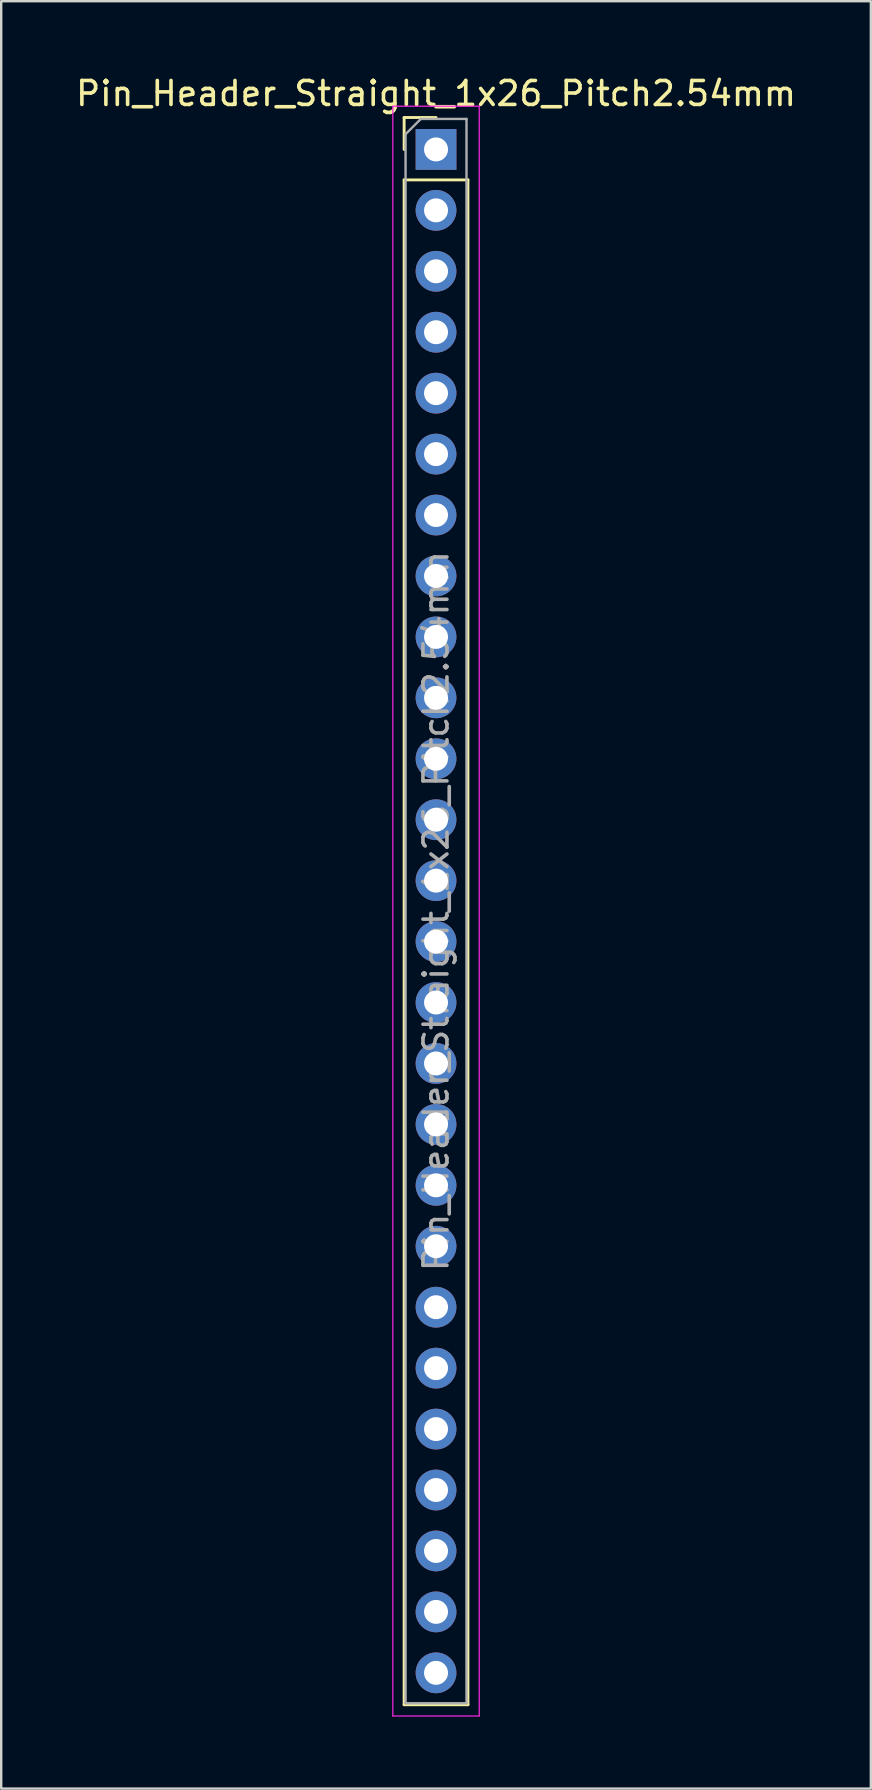
<source format=kicad_pcb>
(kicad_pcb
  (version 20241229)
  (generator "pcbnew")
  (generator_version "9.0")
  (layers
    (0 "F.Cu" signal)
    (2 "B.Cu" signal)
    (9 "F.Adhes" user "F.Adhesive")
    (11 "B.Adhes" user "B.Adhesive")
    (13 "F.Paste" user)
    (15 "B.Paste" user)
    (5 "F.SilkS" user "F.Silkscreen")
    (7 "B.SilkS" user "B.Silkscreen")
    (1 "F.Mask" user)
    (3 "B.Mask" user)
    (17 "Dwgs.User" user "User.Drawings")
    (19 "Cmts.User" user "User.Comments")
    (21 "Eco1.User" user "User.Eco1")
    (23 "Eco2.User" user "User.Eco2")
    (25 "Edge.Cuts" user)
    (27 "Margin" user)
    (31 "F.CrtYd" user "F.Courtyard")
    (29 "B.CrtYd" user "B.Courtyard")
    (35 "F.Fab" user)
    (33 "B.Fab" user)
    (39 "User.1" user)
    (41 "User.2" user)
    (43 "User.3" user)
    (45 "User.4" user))
  (footprint "Pin_Header_Straight_1x26_Pitch2.54mm"
    (layer "F.Cu")
    (at 15.125 3.178)
    (property "Reference" "Pin_Header_Straight_1x26_Pitch2.54mm" (at 0 -2.33 0) (layer "F.SilkS") (effects (font (size 1 1) (thickness 0.15))))
    (attr through_hole)
    (fp_line (start -1.33 -1.33) (end 0 -1.33) (stroke (width 0.12) (type solid)) (layer "F.SilkS"))
    (fp_line (start -1.33 0) (end -1.33 -1.33) (stroke (width 0.12) (type solid)) (layer "F.SilkS"))
    (fp_line (start -1.33 1.27) (end -1.33 64.83) (stroke (width 0.12) (type solid)) (layer "F.SilkS"))
    (fp_line (start -1.33 64.83) (end 1.33 64.83) (stroke (width 0.12) (type solid)) (layer "F.SilkS"))
    (fp_line (start 1.33 1.27) (end -1.33 1.27) (stroke (width 0.12) (type solid)) (layer "F.SilkS"))
    (fp_line (start 1.33 64.83) (end 1.33 1.27) (stroke (width 0.12) (type solid)) (layer "F.SilkS"))
    (fp_line (start -1.8 -1.8) (end -1.8 65.3) (stroke (width 0.05) (type solid)) (layer "F.CrtYd"))
    (fp_line (start -1.8 65.3) (end 1.8 65.3) (stroke (width 0.05) (type solid)) (layer "F.CrtYd"))
    (fp_line (start 1.8 -1.8) (end -1.8 -1.8) (stroke (width 0.05) (type solid)) (layer "F.CrtYd"))
    (fp_line (start 1.8 65.3) (end 1.8 -1.8) (stroke (width 0.05) (type solid)) (layer "F.CrtYd"))
    (fp_line (start -1.27 -0.635) (end -0.635 -1.27) (stroke (width 0.1) (type solid)) (layer "F.Fab"))
    (fp_line (start -1.27 64.77) (end -1.27 -0.635) (stroke (width 0.1) (type solid)) (layer "F.Fab"))
    (fp_line (start -0.635 -1.27) (end 1.27 -1.27) (stroke (width 0.1) (type solid)) (layer "F.Fab"))
    (fp_line (start 1.27 -1.27) (end 1.27 64.77) (stroke (width 0.1) (type solid)) (layer "F.Fab"))
    (fp_line (start 1.27 64.77) (end -1.27 64.77) (stroke (width 0.1) (type solid)) (layer "F.Fab"))
    (fp_text user "${REFERENCE}" (at 0 31.75 90) (layer "F.Fab") (effects (font (size 1 1) (thickness 0.15))))
    (pad "1" thru_hole rect (at 0 0) (size 1.7 1.7) (drill 1) (layers "*.Cu" "*.Mask"))
    (pad "2" thru_hole oval (at 0 2.54) (size 1.7 1.7) (drill 1) (layers "*.Cu" "*.Mask"))
    (pad "3" thru_hole oval (at 0 5.08) (size 1.7 1.7) (drill 1) (layers "*.Cu" "*.Mask"))
    (pad "4" thru_hole oval (at 0 7.62) (size 1.7 1.7) (drill 1) (layers "*.Cu" "*.Mask"))
    (pad "5" thru_hole oval (at 0 10.16) (size 1.7 1.7) (drill 1) (layers "*.Cu" "*.Mask"))
    (pad "6" thru_hole oval (at 0 12.7) (size 1.7 1.7) (drill 1) (layers "*.Cu" "*.Mask"))
    (pad "7" thru_hole oval (at 0 15.24) (size 1.7 1.7) (drill 1) (layers "*.Cu" "*.Mask"))
    (pad "8" thru_hole oval (at 0 17.78) (size 1.7 1.7) (drill 1) (layers "*.Cu" "*.Mask"))
    (pad "9" thru_hole oval (at 0 20.32) (size 1.7 1.7) (drill 1) (layers "*.Cu" "*.Mask"))
    (pad "10" thru_hole oval (at 0 22.86) (size 1.7 1.7) (drill 1) (layers "*.Cu" "*.Mask"))
    (pad "11" thru_hole oval (at 0 25.4) (size 1.7 1.7) (drill 1) (layers "*.Cu" "*.Mask"))
    (pad "12" thru_hole oval (at 0 27.94) (size 1.7 1.7) (drill 1) (layers "*.Cu" "*.Mask"))
    (pad "13" thru_hole oval (at 0 30.48) (size 1.7 1.7) (drill 1) (layers "*.Cu" "*.Mask"))
    (pad "14" thru_hole oval (at 0 33.02) (size 1.7 1.7) (drill 1) (layers "*.Cu" "*.Mask"))
    (pad "15" thru_hole oval (at 0 35.56) (size 1.7 1.7) (drill 1) (layers "*.Cu" "*.Mask"))
    (pad "16" thru_hole oval (at 0 38.1) (size 1.7 1.7) (drill 1) (layers "*.Cu" "*.Mask"))
    (pad "17" thru_hole oval (at 0 40.64) (size 1.7 1.7) (drill 1) (layers "*.Cu" "*.Mask"))
    (pad "18" thru_hole oval (at 0 43.18) (size 1.7 1.7) (drill 1) (layers "*.Cu" "*.Mask"))
    (pad "19" thru_hole oval (at 0 45.72) (size 1.7 1.7) (drill 1) (layers "*.Cu" "*.Mask"))
    (pad "20" thru_hole oval (at 0 48.26) (size 1.7 1.7) (drill 1) (layers "*.Cu" "*.Mask"))
    (pad "21" thru_hole oval (at 0 50.8) (size 1.7 1.7) (drill 1) (layers "*.Cu" "*.Mask"))
    (pad "22" thru_hole oval (at 0 53.34) (size 1.7 1.7) (drill 1) (layers "*.Cu" "*.Mask"))
    (pad "23" thru_hole oval (at 0 55.88) (size 1.7 1.7) (drill 1) (layers "*.Cu" "*.Mask"))
    (pad "24" thru_hole oval (at 0 58.42) (size 1.7 1.7) (drill 1) (layers "*.Cu" "*.Mask"))
    (pad "25" thru_hole oval (at 0 60.96) (size 1.7 1.7) (drill 1) (layers "*.Cu" "*.Mask"))
    (pad "26" thru_hole oval (at 0 63.5) (size 1.7 1.7) (drill 1) (layers "*.Cu" "*.Mask")))
  (gr_rect
    (start -3 -3)
    (end 33.25 71.503)
    (stroke (width 0.1) (type default))
    (fill no)
    (layer "Edge.Cuts")))
</source>
